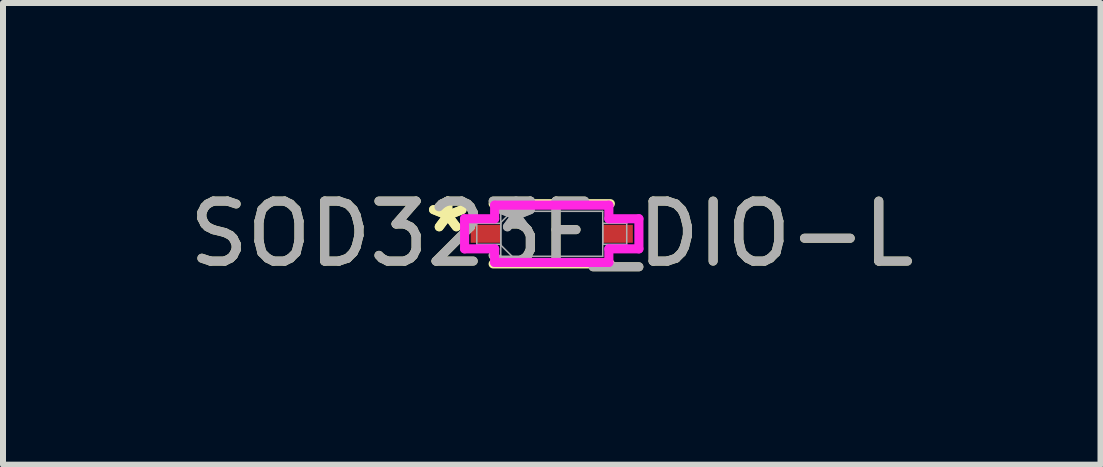
<source format=kicad_pcb>
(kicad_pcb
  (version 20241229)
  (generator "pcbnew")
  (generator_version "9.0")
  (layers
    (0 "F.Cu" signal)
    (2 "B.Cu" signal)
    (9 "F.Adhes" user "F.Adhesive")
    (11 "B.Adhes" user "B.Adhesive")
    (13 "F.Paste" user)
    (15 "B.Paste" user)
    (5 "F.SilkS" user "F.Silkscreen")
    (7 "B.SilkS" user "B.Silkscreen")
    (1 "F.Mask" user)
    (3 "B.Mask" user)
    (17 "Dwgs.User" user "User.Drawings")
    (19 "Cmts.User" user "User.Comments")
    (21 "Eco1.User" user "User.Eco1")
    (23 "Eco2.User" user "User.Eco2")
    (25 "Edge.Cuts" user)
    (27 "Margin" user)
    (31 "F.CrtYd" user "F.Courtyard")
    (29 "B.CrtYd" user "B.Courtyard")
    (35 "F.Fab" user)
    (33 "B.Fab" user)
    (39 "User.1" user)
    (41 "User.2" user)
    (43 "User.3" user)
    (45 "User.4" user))
  (footprint "SOD323F_DIO-L"
    (layer "F.Cu")
    (at 6.149 0.848)
    (property "Reference" "SOD323F_DIO-L" (at 0 0 0) (unlocked yes) (layer "F.SilkS") (effects (font (size 1 1) (thickness 0.15))))
    (attr smd)
    (fp_line (start -0.977 0.502) (end 0.977 0.502) (stroke (width 0.152) (type solid)) (layer "F.SilkS"))
    (fp_line (start 0.977 -0.502) (end -0.977 -0.502) (stroke (width 0.152) (type solid)) (layer "F.SilkS"))
    (fp_line (start -1.453 -0.251) (end -0.952 -0.251) (stroke (width 0.152) (type solid)) (layer "F.CrtYd"))
    (fp_line (start -1.453 0.251) (end -1.453 -0.251) (stroke (width 0.152) (type solid)) (layer "F.CrtYd"))
    (fp_line (start -0.952 -0.477) (end 0.952 -0.477) (stroke (width 0.152) (type solid)) (layer "F.CrtYd"))
    (fp_line (start -0.952 -0.251) (end -0.952 -0.477) (stroke (width 0.152) (type solid)) (layer "F.CrtYd"))
    (fp_line (start -0.952 0.251) (end -1.453 0.251) (stroke (width 0.152) (type solid)) (layer "F.CrtYd"))
    (fp_line (start -0.952 0.477) (end -0.952 0.251) (stroke (width 0.152) (type solid)) (layer "F.CrtYd"))
    (fp_line (start 0.952 -0.477) (end 0.952 -0.251) (stroke (width 0.152) (type solid)) (layer "F.CrtYd"))
    (fp_line (start 0.952 -0.251) (end 1.453 -0.251) (stroke (width 0.152) (type solid)) (layer "F.CrtYd"))
    (fp_line (start 0.952 0.251) (end 0.952 0.477) (stroke (width 0.152) (type solid)) (layer "F.CrtYd"))
    (fp_line (start 0.952 0.477) (end -0.952 0.477) (stroke (width 0.152) (type solid)) (layer "F.CrtYd"))
    (fp_line (start 1.453 -0.251) (end 1.453 0.251) (stroke (width 0.152) (type solid)) (layer "F.CrtYd"))
    (fp_line (start 1.453 0.251) (end 0.952 0.251) (stroke (width 0.152) (type solid)) (layer "F.CrtYd"))
    (fp_line (start -1.25 -0.175) (end -1.25 0.175) (stroke (width 0.025) (type solid)) (layer "F.Fab"))
    (fp_line (start -1.25 0.175) (end -0.85 0.175) (stroke (width 0.025) (type solid)) (layer "F.Fab"))
    (fp_line (start -0.85 -0.375) (end -0.85 0.375) (stroke (width 0.025) (type solid)) (layer "F.Fab"))
    (fp_line (start -0.85 -0.188) (end -0.662 -0.375) (stroke (width 0.025) (type solid)) (layer "F.Fab"))
    (fp_line (start -0.85 -0.175) (end -1.25 -0.175) (stroke (width 0.025) (type solid)) (layer "F.Fab"))
    (fp_line (start -0.85 0.175) (end -0.85 -0.175) (stroke (width 0.025) (type solid)) (layer "F.Fab"))
    (fp_line (start -0.85 0.188) (end -0.662 0.375) (stroke (width 0.025) (type solid)) (layer "F.Fab"))
    (fp_line (start -0.85 0.375) (end 0.85 0.375) (stroke (width 0.025) (type solid)) (layer "F.Fab"))
    (fp_line (start 0.85 -0.375) (end -0.85 -0.375) (stroke (width 0.025) (type solid)) (layer "F.Fab"))
    (fp_line (start 0.85 -0.175) (end 0.85 0.175) (stroke (width 0.025) (type solid)) (layer "F.Fab"))
    (fp_line (start 0.85 0.175) (end 1.25 0.175) (stroke (width 0.025) (type solid)) (layer "F.Fab"))
    (fp_line (start 0.85 0.375) (end 0.85 -0.375) (stroke (width 0.025) (type solid)) (layer "F.Fab"))
    (fp_line (start 1.25 -0.175) (end 0.85 -0.175) (stroke (width 0.025) (type solid)) (layer "F.Fab"))
    (fp_line (start 1.25 0.175) (end 1.25 -0.175) (stroke (width 0.025) (type solid)) (layer "F.Fab"))
    (fp_text user "*" (at -1.733 0 0) (unlocked yes) (layer "F.SilkS") (effects (font (size 1 1) (thickness 0.15))))
    (fp_text user "*" (at -1.733 0 0) (layer "F.SilkS") (effects (font (size 1 1) (thickness 0.15))))
    (fp_text user "*" (at -0.596 0 0) (layer "F.Fab") (effects (font (size 1 1) (thickness 0.15))))
    (fp_text user "${REFERENCE}" (at 0 0 0) (unlocked yes) (layer "F.Fab") (effects (font (size 1 1) (thickness 0.15))))
    (fp_text user "*" (at -0.596 0 0) (unlocked yes) (layer "F.Fab") (effects (font (size 1 1) (thickness 0.15))))
    (pad "1" smd rect (at -1.101 0) (size 0.502 0.299) (layers "F.Cu" "F.Mask" "F.Paste"))
    (pad "2" smd rect (at 1.101 0) (size 0.502 0.299) (layers "F.Cu" "F.Mask" "F.Paste"))
    (zone (net_name "") (layer "F.Cu") (hatch full 0.508) (connect_pads) (min_thickness 0.254) (filled_areas_thickness no) (keepout (tracks not_allowed) (vias not_allowed) (pads allowed) (copperpour not_allowed) (footprints allowed)) (placement (enabled no)) (fill) (polygon (pts (xy 5.35 0.524) (xy 6.948 0.524) (xy 6.948 1.172) (xy 5.35 1.172)))))
  (gr_rect
    (start -3 -3)
    (end 15.298 4.697)
    (stroke (width 0.1) (type default))
    (fill no)
    (layer "Edge.Cuts")))
</source>
